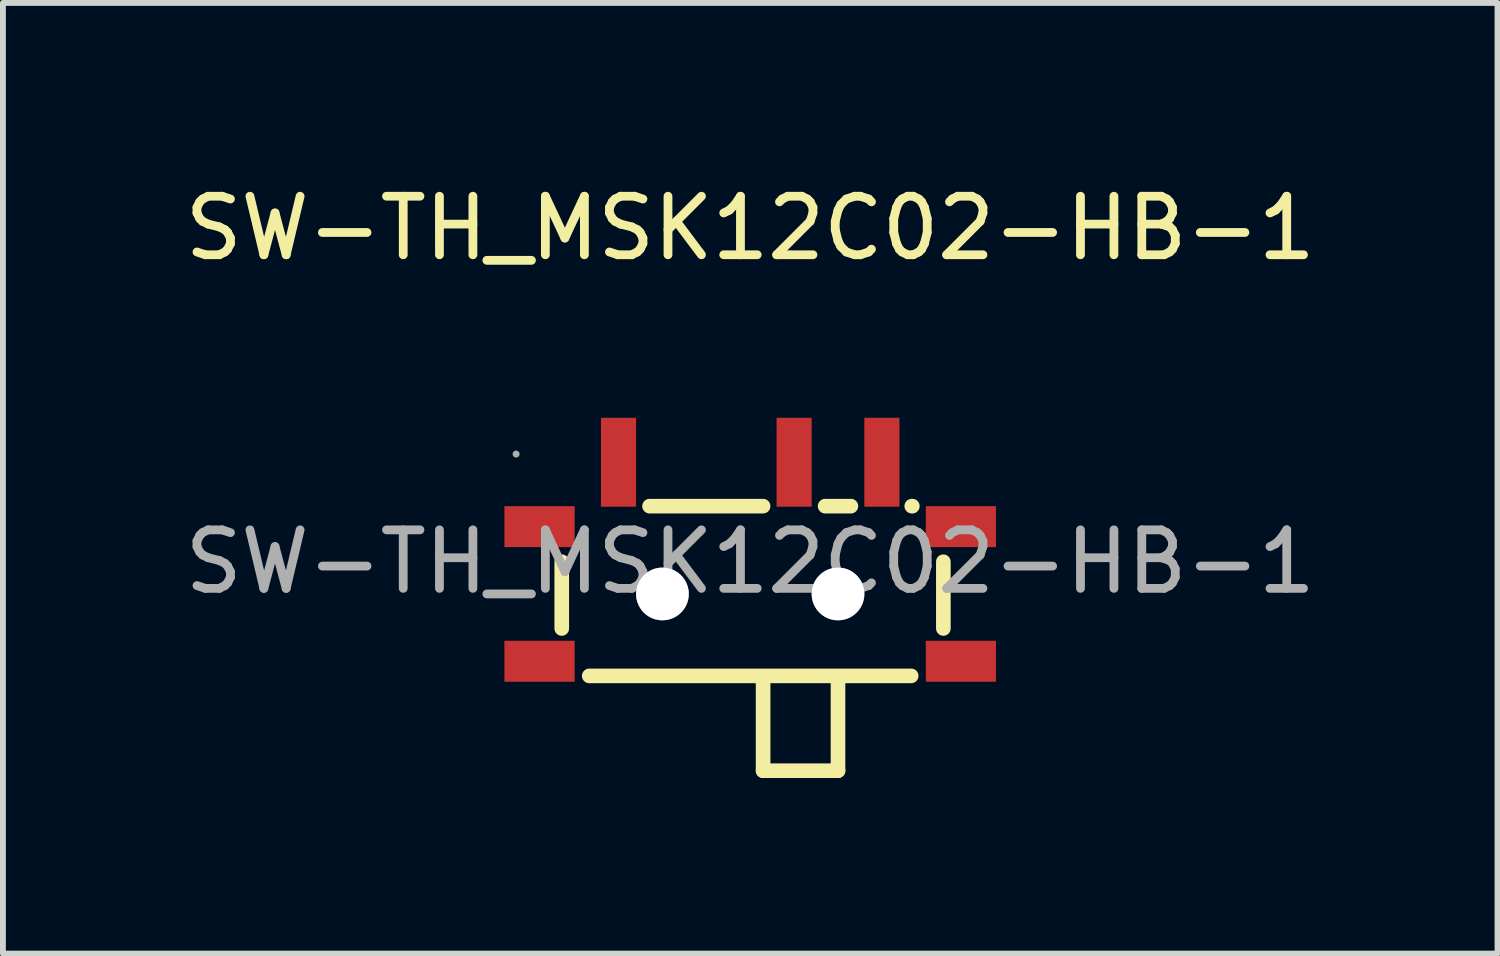
<source format=kicad_pcb>
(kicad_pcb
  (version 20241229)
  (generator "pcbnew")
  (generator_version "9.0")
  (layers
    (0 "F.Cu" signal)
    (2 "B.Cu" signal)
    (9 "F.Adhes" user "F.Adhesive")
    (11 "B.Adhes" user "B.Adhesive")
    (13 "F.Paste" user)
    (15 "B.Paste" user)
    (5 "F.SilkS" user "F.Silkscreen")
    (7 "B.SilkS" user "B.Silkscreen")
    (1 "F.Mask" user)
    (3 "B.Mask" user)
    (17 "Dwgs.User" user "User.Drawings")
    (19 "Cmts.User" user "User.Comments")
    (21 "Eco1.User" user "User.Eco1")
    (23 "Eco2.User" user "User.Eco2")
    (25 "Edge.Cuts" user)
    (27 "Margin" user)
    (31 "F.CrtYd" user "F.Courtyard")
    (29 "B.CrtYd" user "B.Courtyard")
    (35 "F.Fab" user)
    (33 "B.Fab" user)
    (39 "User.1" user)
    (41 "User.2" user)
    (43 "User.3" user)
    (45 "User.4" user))
  (footprint "SW-TH_MSK12C02-HB-1"
    (layer "F.Cu")
    (at 9.768 6.548)
    (property "Reference" "SW-TH_MSK12C02-HB-1" (at 0 -5.7 0) (layer "F.SilkS") (effects (font (size 1 1) (thickness 0.15))))
    (attr smd)
    (fp_line (start -3.22 1.14) (end -3.22 0) (stroke (width 0.25) (type solid)) (layer "F.SilkS"))
    (fp_line (start -2.75 1.95) (end 2.75 1.95) (stroke (width 0.25) (type solid)) (layer "F.SilkS"))
    (fp_line (start 0.22 -0.95) (end -1.72 -0.95) (stroke (width 0.25) (type solid)) (layer "F.SilkS"))
    (fp_line (start 0.22 1.97) (end 0.22 3.57) (stroke (width 0.25) (type solid)) (layer "F.SilkS"))
    (fp_line (start 0.22 3.57) (end 1.5 3.57) (stroke (width 0.25) (type solid)) (layer "F.SilkS"))
    (fp_line (start 1.5 3.57) (end 1.5 1.97) (stroke (width 0.25) (type solid)) (layer "F.SilkS"))
    (fp_line (start 1.72 -0.95) (end 1.28 -0.95) (stroke (width 0.25) (type solid)) (layer "F.SilkS"))
    (fp_line (start 2.77 -0.95) (end 2.76 -0.95) (stroke (width 0.25) (type solid)) (layer "F.SilkS"))
    (fp_line (start 3.3 0) (end 3.3 1.14) (stroke (width 0.25) (type solid)) (layer "F.SilkS"))
    (fp_circle (center -1.5 0.55) (end -1.32 0.55) (stroke (width 0.35) (type solid)) (fill no) (layer "Cmts.User"))
    (fp_circle (center 1.5 0.55) (end 1.68 0.55) (stroke (width 0.35) (type solid)) (fill no) (layer "Cmts.User"))
    (fp_circle (center -4 -1.84) (end -3.97 -1.84) (stroke (width 0.06) (type solid)) (fill no) (layer "F.Fab"))
    (fp_text user "${REFERENCE}" (at 0 0 0) (layer "F.Fab") (effects (font (size 1 1) (thickness 0.15))))
    (pad "" thru_hole circle (at -1.5 0.55) (size 0.9 0.9) (drill 0.9) (layers "*.Cu" "*.Mask"))
    (pad "" thru_hole circle (at 1.5 0.55) (size 0.9 0.9) (drill 0.9) (layers "*.Cu" "*.Mask"))
    (pad "1" smd rect (at -2.25 -1.7 90) (size 1.52 0.6) (layers "F.Cu" "F.Mask" "F.Paste"))
    (pad "2" smd rect (at 0.75 -1.7 90) (size 1.52 0.6) (layers "F.Cu" "F.Mask" "F.Paste"))
    (pad "3" smd rect (at 2.25 -1.7 90) (size 1.52 0.6) (layers "F.Cu" "F.Mask" "F.Paste"))
    (pad "4" smd rect (at -3.6 -0.6 180) (size 1.2 0.7) (layers "F.Cu" "F.Mask" "F.Paste"))
    (pad "4" smd rect (at -3.6 1.7 180) (size 1.2 0.7) (layers "F.Cu" "F.Mask" "F.Paste"))
    (pad "4" smd rect (at 3.6 -0.6 180) (size 1.2 0.7) (layers "F.Cu" "F.Mask" "F.Paste"))
    (pad "4" smd rect (at 3.6 1.7 180) (size 1.2 0.7) (layers "F.Cu" "F.Mask" "F.Paste")))
  (gr_rect
    (start -3 -3)
    (end 22.536 13.243)
    (stroke (width 0.1) (type default))
    (fill no)
    (layer "Edge.Cuts")))
</source>
